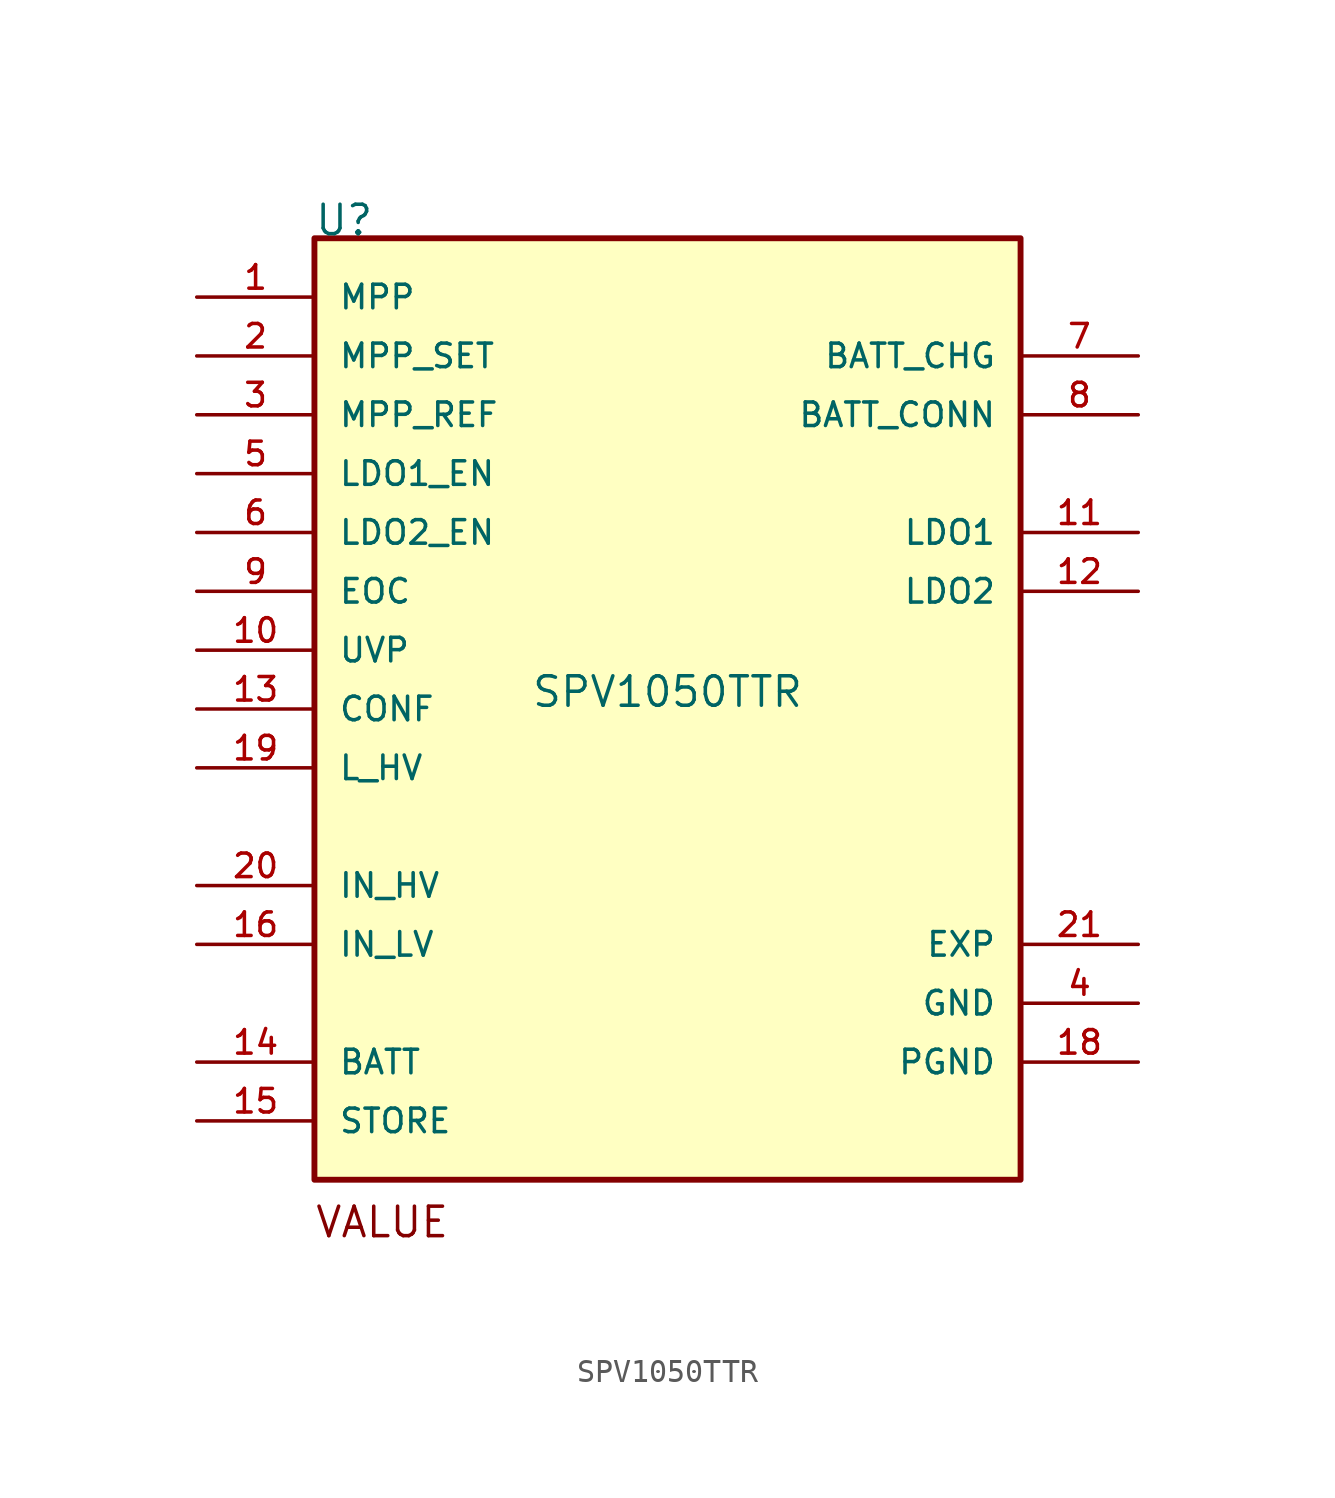
<source format=kicad_sym>
(kicad_symbol_lib
  (version 20211014)
  (generator kicad_symbol_editor)
  (symbol "SPV1050TTR"
    (pin_names
      (offset 1.016))
    (property "Reference" "U"
      (at -15.266 20.355 0)
      (effects (font (size 1.27 1.27)) (justify bottom left)))
    (property "Value" "SPV1050TTR"
      (at 0 0.0 0)
      (effects (font (size 1.27 1.27)) (justify bottom)))
    (symbol "SPV1050TTR_0_0"
      (text "VALUE" (at -15.264 -22.895 0) (effects (font (size 1.272 1.272)) (justify bottom left)))
      (rectangle (start -15.24 -20.32) (end 15.24 20.32) (stroke (width 0.254)) (fill (type background)))
      (pin input line (at -20.32 17.78 0) (length 5.08) (name "MPP" (effects (font (size 1.016 1.016)))) (number "1" (effects (font (size 1.016 1.016)))))
      (pin input line (at -20.32 15.24 0) (length 5.08) (name "MPP_SET" (effects (font (size 1.016 1.016)))) (number "2" (effects (font (size 1.016 1.016)))))
      (pin input line (at -20.32 12.7 0) (length 5.08) (name "MPP_REF" (effects (font (size 1.016 1.016)))) (number "3" (effects (font (size 1.016 1.016)))))
      (pin power_in line (at 20.32 -12.7 180.0) (length 5.08) (name "GND" (effects (font (size 1.016 1.016)))) (number "4" (effects (font (size 1.016 1.016)))))
      (pin input line (at -20.32 10.16 0) (length 5.08) (name "LDO1_EN" (effects (font (size 1.016 1.016)))) (number "5" (effects (font (size 1.016 1.016)))))
      (pin input line (at -20.32 7.62 0) (length 5.08) (name "LDO2_EN" (effects (font (size 1.016 1.016)))) (number "6" (effects (font (size 1.016 1.016)))))
      (pin output line (at 20.32 15.24 180.0) (length 5.08) (name "BATT_CHG" (effects (font (size 1.016 1.016)))) (number "7" (effects (font (size 1.016 1.016)))))
      (pin output line (at 20.32 12.7 180.0) (length 5.08) (name "BATT_CONN" (effects (font (size 1.016 1.016)))) (number "8" (effects (font (size 1.016 1.016)))))
      (pin input line (at -20.32 5.08 0) (length 5.08) (name "EOC" (effects (font (size 1.016 1.016)))) (number "9" (effects (font (size 1.016 1.016)))))
      (pin input line (at -20.32 2.54 0) (length 5.08) (name "UVP" (effects (font (size 1.016 1.016)))) (number "10" (effects (font (size 1.016 1.016)))))
      (pin output line (at 20.32 7.62 180.0) (length 5.08) (name "LDO1" (effects (font (size 1.016 1.016)))) (number "11" (effects (font (size 1.016 1.016)))))
      (pin output line (at 20.32 5.08 180.0) (length 5.08) (name "LDO2" (effects (font (size 1.016 1.016)))) (number "12" (effects (font (size 1.016 1.016)))))
      (pin input line (at -20.32 0.0 0) (length 5.08) (name "CONF" (effects (font (size 1.016 1.016)))) (number "13" (effects (font (size 1.016 1.016)))))
      (pin bidirectional line (at -20.32 -15.24 0) (length 5.08) (name "BATT" (effects (font (size 1.016 1.016)))) (number "14" (effects (font (size 1.016 1.016)))))
      (pin bidirectional line (at -20.32 -17.78 0) (length 5.08) (name "STORE" (effects (font (size 1.016 1.016)))) (number "15" (effects (font (size 1.016 1.016)))))
      (pin input line (at -20.32 -10.16 0) (length 5.08) (name "IN_LV" (effects (font (size 1.016 1.016)))) (number "16" (effects (font (size 1.016 1.016)))))
      (pin power_in line (at 20.32 -15.24 180.0) (length 5.08) (name "PGND" (effects (font (size 1.016 1.016)))) (number "18" (effects (font (size 1.016 1.016)))))
      (pin input line (at -20.32 -2.54 0) (length 5.08) (name "L_HV" (effects (font (size 1.016 1.016)))) (number "19" (effects (font (size 1.016 1.016)))))
      (pin input line (at -20.32 -7.62 0) (length 5.08) (name "IN_HV" (effects (font (size 1.016 1.016)))) (number "20" (effects (font (size 1.016 1.016)))))
      (pin power_in line (at 20.32 -10.16 180.0) (length 5.08) (name "EXP" (effects (font (size 1.016 1.016)))) (number "21" (effects (font (size 1.016 1.016))))))))
</source>
